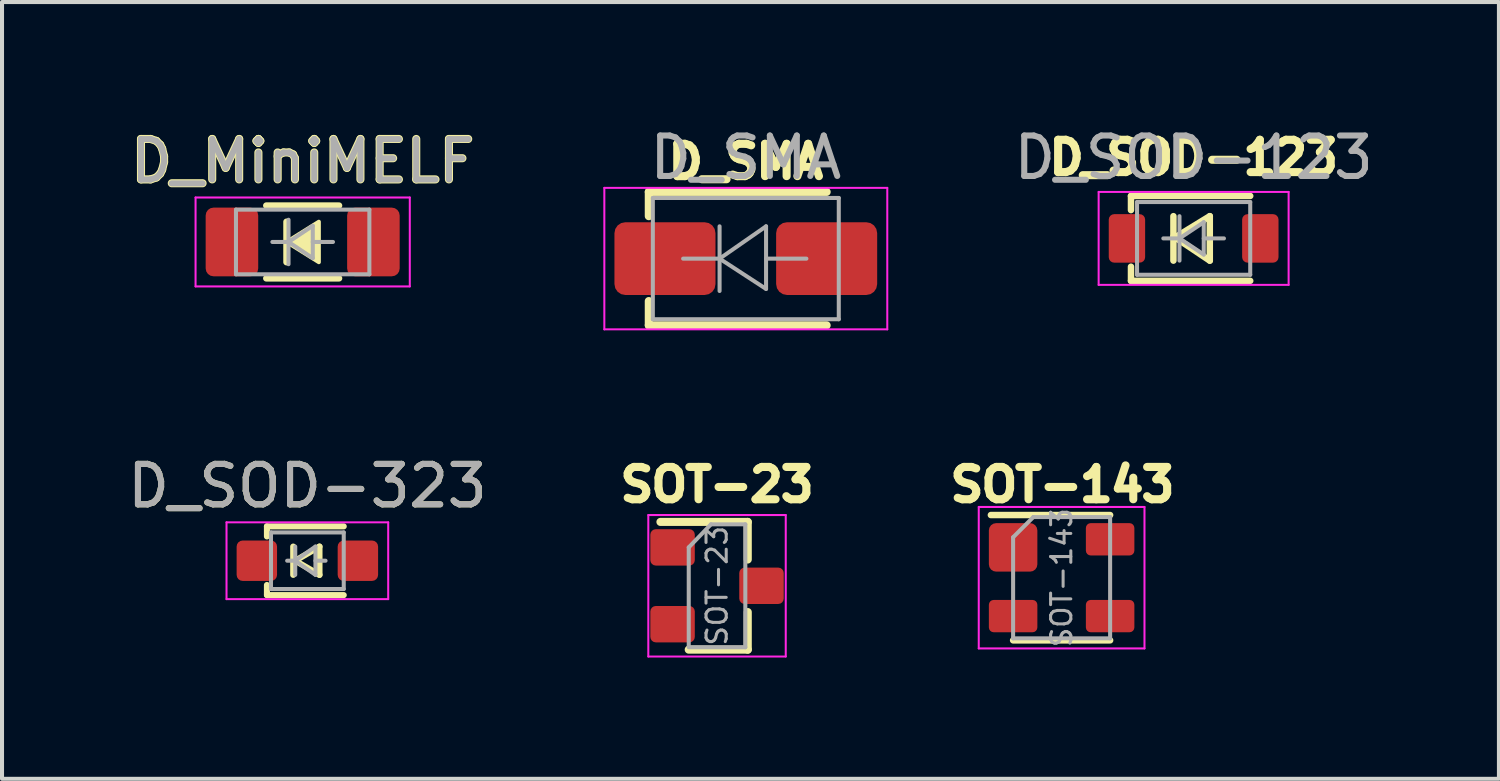
<source format=kicad_pcb>
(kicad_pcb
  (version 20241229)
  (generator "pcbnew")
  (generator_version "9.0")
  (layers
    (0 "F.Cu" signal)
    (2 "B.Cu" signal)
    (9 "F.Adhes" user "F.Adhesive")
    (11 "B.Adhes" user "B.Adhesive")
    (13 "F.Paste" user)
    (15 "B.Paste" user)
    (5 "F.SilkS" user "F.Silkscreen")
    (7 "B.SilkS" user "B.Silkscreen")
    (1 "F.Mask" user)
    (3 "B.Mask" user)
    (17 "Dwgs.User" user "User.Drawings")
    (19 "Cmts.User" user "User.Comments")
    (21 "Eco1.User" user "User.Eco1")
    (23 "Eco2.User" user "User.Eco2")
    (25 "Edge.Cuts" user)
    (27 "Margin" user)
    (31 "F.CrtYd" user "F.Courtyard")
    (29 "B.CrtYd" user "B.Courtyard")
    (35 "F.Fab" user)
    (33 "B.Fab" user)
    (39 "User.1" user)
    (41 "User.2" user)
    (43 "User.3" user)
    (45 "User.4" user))
  (footprint "D_MiniMELF"
    (layer "F.Cu")
    (at 4.438 2.936)
    (property "Reference" "D_MiniMELF" (at 0 -2 0) (layer "F.SilkS") (effects (font (size 1 1) (thickness 0.2))))
    (attr smd)
    (fp_line (start -0.9 -0.9) (end 0.9 -0.9) (stroke (width 0.16) (type solid)) (layer "F.SilkS"))
    (fp_line (start -0.9 0.9) (end 0.9 0.9) (stroke (width 0.16) (type solid)) (layer "F.SilkS"))
    (fp_line (start -0.4 -0.5) (end -0.4 0.5) (stroke (width 0.16) (type solid)) (layer "F.SilkS"))
    (fp_poly (pts (xy 0.4 0.5) (xy -0.4 0) (xy 0.4 -0.5)) (stroke (width 0.1) (type solid)) (fill yes) (layer "F.SilkS"))
    (fp_line (start -2.65 -1.1) (end 2.65 -1.1) (stroke (width 0.05) (type solid)) (layer "F.CrtYd"))
    (fp_line (start -2.65 1.1) (end -2.65 -1.1) (stroke (width 0.05) (type solid)) (layer "F.CrtYd"))
    (fp_line (start 2.65 -1.1) (end 2.65 1.1) (stroke (width 0.05) (type solid)) (layer "F.CrtYd"))
    (fp_line (start 2.65 1.1) (end -2.65 1.1) (stroke (width 0.05) (type solid)) (layer "F.CrtYd"))
    (fp_line (start -1.65 -0.8) (end 1.65 -0.8) (stroke (width 0.1) (type solid)) (layer "F.Fab"))
    (fp_line (start -1.65 0.8) (end -1.65 -0.8) (stroke (width 0.1) (type solid)) (layer "F.Fab"))
    (fp_line (start -0.75 0) (end -0.35 0) (stroke (width 0.1) (type solid)) (layer "F.Fab"))
    (fp_line (start -0.35 0) (end -0.35 -0.55) (stroke (width 0.1) (type solid)) (layer "F.Fab"))
    (fp_line (start -0.35 0) (end -0.35 0.55) (stroke (width 0.1) (type solid)) (layer "F.Fab"))
    (fp_line (start -0.35 0) (end 0.25 -0.4) (stroke (width 0.1) (type solid)) (layer "F.Fab"))
    (fp_line (start 0.25 -0.4) (end 0.25 0.4) (stroke (width 0.1) (type solid)) (layer "F.Fab"))
    (fp_line (start 0.25 0) (end 0.75 0) (stroke (width 0.1) (type solid)) (layer "F.Fab"))
    (fp_line (start 0.25 0.4) (end -0.35 0) (stroke (width 0.1) (type solid)) (layer "F.Fab"))
    (fp_line (start 1.65 -0.8) (end 1.65 0.8) (stroke (width 0.1) (type solid)) (layer "F.Fab"))
    (fp_line (start 1.65 0.8) (end -1.65 0.8) (stroke (width 0.1) (type solid)) (layer "F.Fab"))
    (fp_text user "${REFERENCE}" (at 0 -2 0) (layer "F.Fab") (effects (font (size 1 1) (thickness 0.15))))
    (pad "1" smd roundrect (at -1.75 0) (size 1.3 1.7) (layers "F.Cu" "F.Mask" "F.Paste") (roundrect_rratio 0.15))
    (pad "2" smd roundrect (at 1.75 0) (size 1.3 1.7) (layers "F.Cu" "F.Mask" "F.Paste") (roundrect_rratio 0.15)))
  (footprint "D_SOD-323"
    (layer "F.Cu")
    (at 4.554 10.822)
    (property "Reference" "D_SOD-323" (at 0 -1.85 0) (layer "F.SilkS") (effects (font (size 1 1) (thickness 0.15))))
    (attr smd)
    (fp_line (start -1 -0.85) (end -1 -0.6) (stroke (width 0.15) (type solid)) (layer "F.SilkS"))
    (fp_line (start -1 -0.85) (end 0.9 -0.85) (stroke (width 0.15) (type solid)) (layer "F.SilkS"))
    (fp_line (start -1 0.6) (end -1 0.85) (stroke (width 0.15) (type solid)) (layer "F.SilkS"))
    (fp_line (start -1 0.85) (end 0.9 0.85) (stroke (width 0.15) (type solid)) (layer "F.SilkS"))
    (fp_line (start -0.35 -0.35) (end -0.35 0.35) (stroke (width 0.15) (type solid)) (layer "F.SilkS"))
    (fp_line (start -0.3 0) (end 0.3 -0.35) (stroke (width 0.15) (type solid)) (layer "F.SilkS"))
    (fp_line (start 0.3 -0.35) (end 0.3 0.35) (stroke (width 0.15) (type solid)) (layer "F.SilkS"))
    (fp_line (start 0.3 0.35) (end -0.3 0) (stroke (width 0.15) (type solid)) (layer "F.SilkS"))
    (fp_line (start -2 -0.95) (end -2 0.95) (stroke (width 0.05) (type solid)) (layer "F.CrtYd"))
    (fp_line (start -2 -0.95) (end 2 -0.95) (stroke (width 0.05) (type solid)) (layer "F.CrtYd"))
    (fp_line (start -2 0.95) (end 2 0.95) (stroke (width 0.05) (type solid)) (layer "F.CrtYd"))
    (fp_line (start 2 -0.95) (end 2 0.95) (stroke (width 0.05) (type solid)) (layer "F.CrtYd"))
    (fp_line (start -0.9 -0.7) (end 0.9 -0.7) (stroke (width 0.1) (type solid)) (layer "F.Fab"))
    (fp_line (start -0.9 0.7) (end -0.9 -0.7) (stroke (width 0.1) (type solid)) (layer "F.Fab"))
    (fp_line (start -0.3 -0.35) (end -0.3 0.35) (stroke (width 0.1) (type solid)) (layer "F.Fab"))
    (fp_line (start -0.3 0) (end -0.5 0) (stroke (width 0.1) (type solid)) (layer "F.Fab"))
    (fp_line (start -0.3 0) (end 0.2 -0.35) (stroke (width 0.1) (type solid)) (layer "F.Fab"))
    (fp_line (start 0.2 -0.35) (end 0.2 0.35) (stroke (width 0.1) (type solid)) (layer "F.Fab"))
    (fp_line (start 0.2 0) (end 0.45 0) (stroke (width 0.1) (type solid)) (layer "F.Fab"))
    (fp_line (start 0.2 0.35) (end -0.3 0) (stroke (width 0.1) (type solid)) (layer "F.Fab"))
    (fp_line (start 0.9 -0.7) (end 0.9 0.7) (stroke (width 0.1) (type solid)) (layer "F.Fab"))
    (fp_line (start 0.9 0.7) (end -0.9 0.7) (stroke (width 0.1) (type solid)) (layer "F.Fab"))
    (fp_text user "${REFERENCE}" (at 0 -1.85 0) (layer "F.Fab") (effects (font (size 1 1) (thickness 0.15))))
    (pad "1" smd roundrect (at -1.25 0) (size 1 1) (layers "F.Cu" "F.Mask" "F.Paste") (roundrect_rratio 0.15))
    (pad "2" smd roundrect (at 1.25 0) (size 1 1) (layers "F.Cu" "F.Mask" "F.Paste") (roundrect_rratio 0.15)))
  (footprint "SOT-23"
    (layer "F.Cu")
    (at 14.689 11.442)
    (property "Reference" "SOT-23" (at 0 -2.5 0) (layer "F.SilkS") (effects (font (size 0.8 0.8) (thickness 0.2))))
    (attr smd)
    (fp_line (start 0.76 -1.58) (end -1.4 -1.58) (stroke (width 0.2) (type solid)) (layer "F.SilkS"))
    (fp_line (start 0.76 -1.58) (end 0.76 -0.65) (stroke (width 0.2) (type solid)) (layer "F.SilkS"))
    (fp_line (start 0.76 1.58) (end -0.7 1.58) (stroke (width 0.2) (type solid)) (layer "F.SilkS"))
    (fp_line (start 0.76 1.58) (end 0.76 0.65) (stroke (width 0.2) (type solid)) (layer "F.SilkS"))
    (fp_line (start -1.7 -1.75) (end 1.7 -1.75) (stroke (width 0.05) (type solid)) (layer "F.CrtYd"))
    (fp_line (start -1.7 1.75) (end -1.7 -1.75) (stroke (width 0.05) (type solid)) (layer "F.CrtYd"))
    (fp_line (start 1.7 -1.75) (end 1.7 1.75) (stroke (width 0.05) (type solid)) (layer "F.CrtYd"))
    (fp_line (start 1.7 1.75) (end -1.7 1.75) (stroke (width 0.05) (type solid)) (layer "F.CrtYd"))
    (fp_line (start -0.7 -0.95) (end -0.7 1.5) (stroke (width 0.1) (type solid)) (layer "F.Fab"))
    (fp_line (start -0.7 -0.95) (end -0.15 -1.52) (stroke (width 0.1) (type solid)) (layer "F.Fab"))
    (fp_line (start -0.7 1.52) (end 0.7 1.52) (stroke (width 0.1) (type solid)) (layer "F.Fab"))
    (fp_line (start -0.15 -1.52) (end 0.7 -1.52) (stroke (width 0.1) (type solid)) (layer "F.Fab"))
    (fp_line (start 0.7 -1.52) (end 0.7 1.52) (stroke (width 0.1) (type solid)) (layer "F.Fab"))
    (fp_text user "${REFERENCE}" (at 0 0 90) (layer "F.Fab") (effects (font (size 0.5 0.5) (thickness 0.075))))
    (pad "1" smd roundrect (at -1.1 -0.95) (size 1.1 0.9) (layers "F.Cu" "F.Mask" "F.Paste") (roundrect_rratio 0.15))
    (pad "2" smd roundrect (at -1.1 0.95) (size 1.1 0.9) (layers "F.Cu" "F.Mask" "F.Paste") (roundrect_rratio 0.15))
    (pad "3" smd roundrect (at 1.1 0) (size 1.1 0.9) (layers "F.Cu" "F.Mask" "F.Paste") (roundrect_rratio 0.15)))
  (footprint "D_SOD-123"
    (layer "F.Cu")
    (at 26.48 2.848)
    (property "Reference" "D_SOD-123" (at 0 -2 0) (layer "F.SilkS") (effects (font (size 0.8 0.8) (thickness 0.2))))
    (attr smd)
    (fp_line (start -1.55 -1.05) (end -1.55 -0.7) (stroke (width 0.16) (type solid)) (layer "F.SilkS"))
    (fp_line (start -1.55 -1.05) (end 1.4 -1.05) (stroke (width 0.16) (type solid)) (layer "F.SilkS"))
    (fp_line (start -1.55 0.7) (end -1.55 1.05) (stroke (width 0.16) (type solid)) (layer "F.SilkS"))
    (fp_line (start -1.55 1.05) (end 1.4 1.05) (stroke (width 0.16) (type solid)) (layer "F.SilkS"))
    (fp_line (start -0.5 -0.55) (end -0.5 0.55) (stroke (width 0.16) (type solid)) (layer "F.SilkS"))
    (fp_line (start -0.5 0) (end 0.4 -0.55) (stroke (width 0.16) (type solid)) (layer "F.SilkS"))
    (fp_line (start 0.4 -0.55) (end 0.4 0.55) (stroke (width 0.16) (type solid)) (layer "F.SilkS"))
    (fp_line (start 0.4 0.55) (end -0.5 -0.05) (stroke (width 0.16) (type solid)) (layer "F.SilkS"))
    (fp_line (start -2.35 -1.15) (end -2.35 1.15) (stroke (width 0.05) (type solid)) (layer "F.CrtYd"))
    (fp_line (start -2.35 -1.15) (end 2.35 -1.15) (stroke (width 0.05) (type solid)) (layer "F.CrtYd"))
    (fp_line (start 2.35 -1.15) (end 2.35 1.15) (stroke (width 0.05) (type solid)) (layer "F.CrtYd"))
    (fp_line (start 2.35 1.15) (end -2.35 1.15) (stroke (width 0.05) (type solid)) (layer "F.CrtYd"))
    (fp_line (start -1.4 -0.9) (end 1.4 -0.9) (stroke (width 0.1) (type solid)) (layer "F.Fab"))
    (fp_line (start -1.4 0.9) (end -1.4 -0.9) (stroke (width 0.1) (type solid)) (layer "F.Fab"))
    (fp_line (start -0.75 0) (end -0.35 0) (stroke (width 0.1) (type solid)) (layer "F.Fab"))
    (fp_line (start -0.35 0) (end -0.35 -0.55) (stroke (width 0.1) (type solid)) (layer "F.Fab"))
    (fp_line (start -0.35 0) (end -0.35 0.55) (stroke (width 0.1) (type solid)) (layer "F.Fab"))
    (fp_line (start -0.35 0) (end 0.25 -0.4) (stroke (width 0.1) (type solid)) (layer "F.Fab"))
    (fp_line (start 0.25 -0.4) (end 0.25 0.4) (stroke (width 0.1) (type solid)) (layer "F.Fab"))
    (fp_line (start 0.25 0) (end 0.75 0) (stroke (width 0.1) (type solid)) (layer "F.Fab"))
    (fp_line (start 0.25 0.4) (end -0.35 0) (stroke (width 0.1) (type solid)) (layer "F.Fab"))
    (fp_line (start 1.4 -0.9) (end 1.4 0.9) (stroke (width 0.1) (type solid)) (layer "F.Fab"))
    (fp_line (start 1.4 0.9) (end -1.4 0.9) (stroke (width 0.1) (type solid)) (layer "F.Fab"))
    (fp_text user "${REFERENCE}" (at 0 -2 0) (layer "F.Fab") (effects (font (size 1 1) (thickness 0.15))))
    (pad "1" smd roundrect (at -1.65 0) (size 0.9 1.2) (layers "F.Cu" "F.Mask" "F.Paste") (roundrect_rratio 0.15))
    (pad "2" smd roundrect (at 1.65 0) (size 0.9 1.2) (layers "F.Cu" "F.Mask" "F.Paste") (roundrect_rratio 0.15)))
  (footprint "SOT-143"
    (layer "F.Cu")
    (at 23.214 11.242)
    (property "Reference" "SOT-143" (at 0.02 -2.3 0) (layer "F.SilkS") (effects (font (size 0.8 0.8) (thickness 0.2))))
    (attr smd)
    (fp_line (start -1.2 1.55) (end 1.2 1.55) (stroke (width 0.16) (type solid)) (layer "F.SilkS"))
    (fp_line (start 1.2 -1.55) (end -1.75 -1.55) (stroke (width 0.16) (type solid)) (layer "F.SilkS"))
    (fp_line (start -2.05 1.75) (end -2.05 -1.75) (stroke (width 0.05) (type solid)) (layer "F.CrtYd"))
    (fp_line (start -2.05 1.75) (end 2.05 1.75) (stroke (width 0.05) (type solid)) (layer "F.CrtYd"))
    (fp_line (start 2.05 -1.75) (end -2.05 -1.75) (stroke (width 0.05) (type solid)) (layer "F.CrtYd"))
    (fp_line (start 2.05 -1.75) (end 2.05 1.75) (stroke (width 0.05) (type solid)) (layer "F.CrtYd"))
    (fp_line (start -1.2 -1) (end -0.7 -1.5) (stroke (width 0.1) (type solid)) (layer "F.Fab"))
    (fp_line (start -1.2 1.5) (end -1.2 -1) (stroke (width 0.1) (type solid)) (layer "F.Fab"))
    (fp_line (start -0.7 -1.5) (end 1.2 -1.5) (stroke (width 0.1) (type solid)) (layer "F.Fab"))
    (fp_line (start 1.2 -1.5) (end 1.2 1.5) (stroke (width 0.1) (type solid)) (layer "F.Fab"))
    (fp_line (start 1.2 1.5) (end -1.2 1.5) (stroke (width 0.1) (type solid)) (layer "F.Fab"))
    (fp_text user "${REFERENCE}" (at 0 0 90) (layer "F.Fab") (effects (font (size 0.5 0.5) (thickness 0.075))))
    (pad "1" smd roundrect (at -1.2 -0.75) (size 1.2 1.2) (layers "F.Cu" "F.Mask" "F.Paste") (roundrect_rratio 0.15))
    (pad "2" smd roundrect (at -1.2 0.95) (size 1.2 0.8) (layers "F.Cu" "F.Mask" "F.Paste") (roundrect_rratio 0.15))
    (pad "3" smd roundrect (at 1.2 0.95) (size 1.2 0.8) (layers "F.Cu" "F.Mask" "F.Paste") (roundrect_rratio 0.15))
    (pad "4" smd roundrect (at 1.2 -0.95) (size 1.2 0.8) (layers "F.Cu" "F.Mask" "F.Paste") (roundrect_rratio 0.15)))
  (footprint "D_SMA"
    (layer "F.Cu")
    (at 15.401 3.348)
    (property "Reference" "D_SMA" (at 0 -2.4 0) (layer "F.SilkS") (effects (font (size 0.8 0.8) (thickness 0.2))))
    (attr smd)
    (fp_line (start -2.4 -1.65) (end -2.4 -1.05) (stroke (width 0.2) (type solid)) (layer "F.SilkS"))
    (fp_line (start -2.4 -1.65) (end 2 -1.65) (stroke (width 0.2) (type solid)) (layer "F.SilkS"))
    (fp_line (start -2.4 1.05) (end -2.4 1.65) (stroke (width 0.2) (type solid)) (layer "F.SilkS"))
    (fp_line (start -2.4 1.65) (end 2 1.65) (stroke (width 0.2) (type solid)) (layer "F.SilkS"))
    (fp_line (start -3.5 -1.75) (end 3.5 -1.75) (stroke (width 0.05) (type solid)) (layer "F.CrtYd"))
    (fp_line (start -3.5 1.75) (end -3.5 -1.75) (stroke (width 0.05) (type solid)) (layer "F.CrtYd"))
    (fp_line (start 3.5 -1.75) (end 3.5 1.75) (stroke (width 0.05) (type solid)) (layer "F.CrtYd"))
    (fp_line (start 3.5 1.75) (end -3.5 1.75) (stroke (width 0.05) (type solid)) (layer "F.CrtYd"))
    (fp_line (start -2.3 1.5) (end -2.3 -1.5) (stroke (width 0.1) (type solid)) (layer "F.Fab"))
    (fp_line (start -0.649 -0.799) (end -0.649 0.801) (stroke (width 0.1) (type solid)) (layer "F.Fab"))
    (fp_line (start -0.649 0.001) (end -1.551 0.001) (stroke (width 0.1) (type solid)) (layer "F.Fab"))
    (fp_line (start -0.649 0.001) (end 0.501 -0.799) (stroke (width 0.1) (type solid)) (layer "F.Fab"))
    (fp_line (start -0.649 0.001) (end 0.501 0.75) (stroke (width 0.1) (type solid)) (layer "F.Fab"))
    (fp_line (start 0.501 0.001) (end 1.499 0.001) (stroke (width 0.1) (type solid)) (layer "F.Fab"))
    (fp_line (start 0.501 0.75) (end 0.501 -0.799) (stroke (width 0.1) (type solid)) (layer "F.Fab"))
    (fp_line (start 2.3 -1.5) (end -2.3 -1.5) (stroke (width 0.1) (type solid)) (layer "F.Fab"))
    (fp_line (start 2.3 -1.5) (end 2.3 1.5) (stroke (width 0.1) (type solid)) (layer "F.Fab"))
    (fp_line (start 2.3 1.5) (end -2.3 1.5) (stroke (width 0.1) (type solid)) (layer "F.Fab"))
    (fp_text user "${REFERENCE}" (at 0 -2.5 0) (layer "F.Fab") (effects (font (size 1 1) (thickness 0.15))))
    (pad "1" smd roundrect (at -2 0) (size 2.5 1.8) (layers "F.Cu" "F.Mask" "F.Paste") (roundrect_rratio 0.15))
    (pad "2" smd roundrect (at 2 0) (size 2.5 1.8) (layers "F.Cu" "F.Mask" "F.Paste") (roundrect_rratio 0.15)))
  (gr_rect
    (start -3 -3)
    (end 34.033 16.217)
    (stroke (width 0.1) (type default))
    (fill no)
    (layer "Edge.Cuts")))
</source>
